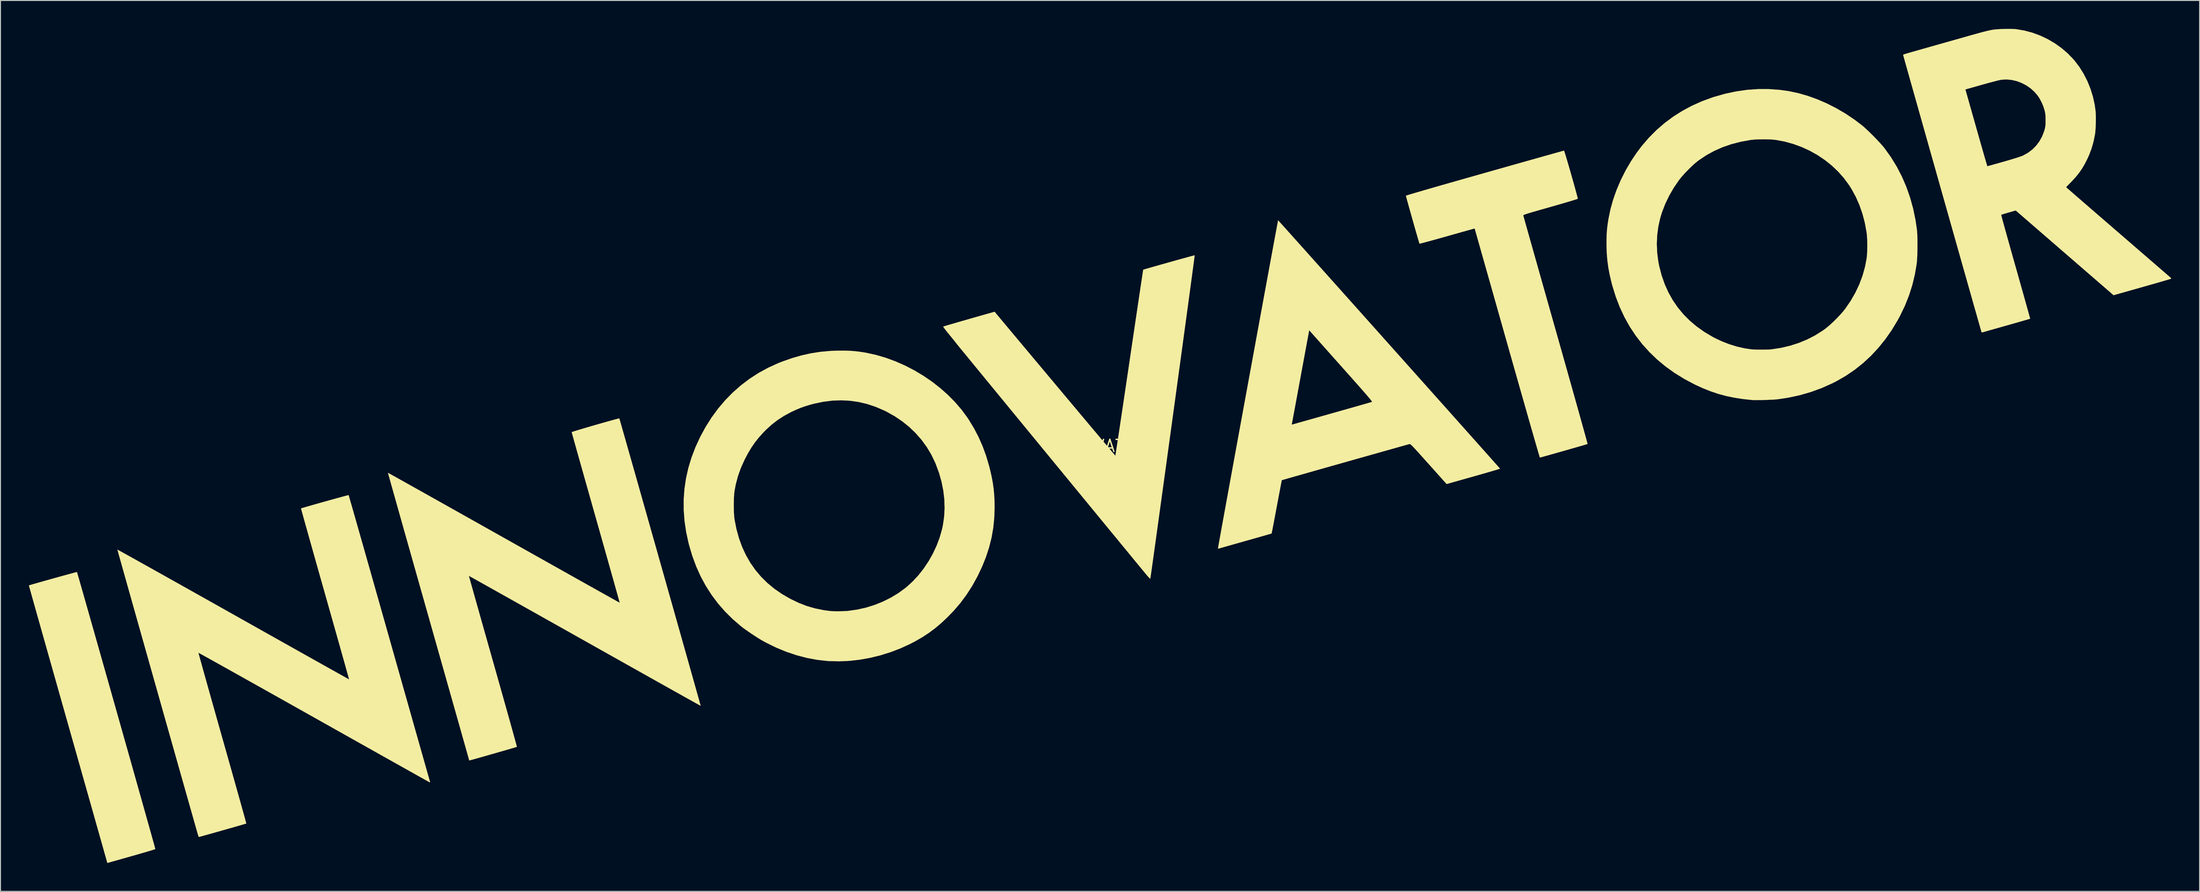
<source format=kicad_pcb>
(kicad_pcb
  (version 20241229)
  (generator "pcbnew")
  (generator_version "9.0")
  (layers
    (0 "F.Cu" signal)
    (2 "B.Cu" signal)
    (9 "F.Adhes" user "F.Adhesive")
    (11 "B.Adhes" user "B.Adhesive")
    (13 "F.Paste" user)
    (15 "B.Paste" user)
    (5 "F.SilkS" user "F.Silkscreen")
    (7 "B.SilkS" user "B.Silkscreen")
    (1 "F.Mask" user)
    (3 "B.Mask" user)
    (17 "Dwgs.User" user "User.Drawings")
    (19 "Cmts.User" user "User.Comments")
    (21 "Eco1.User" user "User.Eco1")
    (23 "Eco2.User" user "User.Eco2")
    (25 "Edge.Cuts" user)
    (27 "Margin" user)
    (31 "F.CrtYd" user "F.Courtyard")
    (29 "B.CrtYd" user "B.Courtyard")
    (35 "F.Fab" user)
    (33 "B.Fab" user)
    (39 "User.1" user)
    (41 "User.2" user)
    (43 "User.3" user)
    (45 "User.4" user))
  (footprint "INNOVATOR"
    (layer "F.Cu")
    (at 113.148 44.068)
    (property "Reference" "INNOVATOR" (at 0 0 0) (layer "F.SilkS") (effects (font (size 1.27 1.27) (thickness 0.15))))
    (attr through_hole)
    (fp_poly (pts (xy -108.071 13.331) (xy -108.057 13.374) (xy -108.021 13.494) (xy -107.964 13.689) (xy -107.887 13.955) (xy -107.791 14.288) (xy -107.677 14.686) (xy -107.546 15.143) (xy -107.399 15.658) (xy -107.237 16.226) (xy -107.061 16.843) (xy -106.872 17.507) (xy -106.671 18.214) (xy -106.459 18.96) (xy -106.237 19.742) (xy -106.006 20.556) (xy -105.767 21.399) (xy -105.521 22.267) (xy -105.269 23.156) (xy -105.012 24.064) (xy -104.75 24.987) (xy -104.486 25.92) (xy -104.22 26.862) (xy -103.952 27.807) (xy -103.685 28.753) (xy -103.418 29.696) (xy -103.153 30.633) (xy -102.891 31.559) (xy -102.633 32.472) (xy -102.38 33.368) (xy -102.133 34.244) (xy -101.893 35.096) (xy -101.661 35.92) (xy -101.437 36.713) (xy -101.223 37.471) (xy -101.021 38.191) (xy -100.83 38.87) (xy -100.652 39.503) (xy -100.487 40.088) (xy -100.338 40.621) (xy -100.204 41.098) (xy -100.088 41.516) (xy -99.989 41.871) (xy -99.909 42.16) (xy -99.849 42.379) (xy -99.809 42.525) (xy -99.792 42.594) (xy -99.791 42.599) (xy -99.833 42.618) (xy -99.95 42.658) (xy -100.134 42.716) (xy -100.379 42.791) (xy -100.677 42.88) (xy -101.022 42.981) (xy -101.406 43.093) (xy -101.823 43.213) (xy -102.266 43.339) (xy -102.322 43.355) (xy -102.84 43.502) (xy -103.283 43.627) (xy -103.656 43.733) (xy -103.965 43.82) (xy -104.217 43.891) (xy -104.417 43.948) (xy -104.571 43.99) (xy -104.685 44.022) (xy -104.764 44.043) (xy -104.816 44.056) (xy -104.846 44.063) (xy -104.859 44.064) (xy -104.862 44.062) (xy -104.86 44.058) (xy -104.86 44.056) (xy -104.871 44.014) (xy -104.905 43.894) (xy -104.96 43.699) (xy -105.036 43.431) (xy -105.131 43.092) (xy -105.246 42.687) (xy -105.378 42.217) (xy -105.529 41.686) (xy -105.695 41.097) (xy -105.878 40.452) (xy -106.075 39.755) (xy -106.286 39.008) (xy -106.511 38.213) (xy -106.748 37.375) (xy -106.997 36.496) (xy -107.257 35.578) (xy -107.527 34.625) (xy -107.806 33.64) (xy -108.093 32.624) (xy -108.388 31.583) (xy -108.69 30.517) (xy -108.998 29.43) (xy -109.006 29.399) (xy -109.314 28.312) (xy -109.616 27.246) (xy -109.911 26.203) (xy -110.199 25.187) (xy -110.478 24.201) (xy -110.747 23.247) (xy -111.007 22.329) (xy -111.256 21.448) (xy -111.493 20.609) (xy -111.718 19.814) (xy -111.929 19.065) (xy -112.126 18.366) (xy -112.309 17.72) (xy -112.475 17.129) (xy -112.625 16.597) (xy -112.758 16.126) (xy -112.872 15.719) (xy -112.967 15.379) (xy -113.043 15.109) (xy -113.098 14.911) (xy -113.131 14.789) (xy -113.143 14.746) (xy -113.143 14.746) (xy -113.098 14.729) (xy -112.98 14.693) (xy -112.798 14.639) (xy -112.56 14.57) (xy -112.275 14.489) (xy -111.952 14.396) (xy -111.598 14.296) (xy -111.222 14.191) (xy -110.833 14.082) (xy -110.439 13.972) (xy -110.048 13.863) (xy -109.67 13.758) (xy -109.312 13.66) (xy -108.983 13.57) (xy -108.692 13.491) (xy -108.447 13.425) (xy -108.256 13.375) (xy -108.129 13.343) (xy -108.072 13.331) (xy -108.071 13.331)) (stroke (width 0.01) (type solid)) (fill yes) (layer "F.SilkS"))
    (fp_poly (pts (xy -26.561 -10.055) (xy -26.031 -10.022) (xy -25.512 -9.968) (xy -24.98 -9.89) (xy -24.68 -9.838) (xy -23.632 -9.607) (xy -22.591 -9.301) (xy -21.564 -8.922) (xy -20.556 -8.476) (xy -19.575 -7.967) (xy -18.627 -7.399) (xy -17.718 -6.776) (xy -16.855 -6.102) (xy -16.045 -5.382) (xy -15.293 -4.62) (xy -14.607 -3.82) (xy -13.992 -2.986) (xy -13.864 -2.794) (xy -13.306 -1.876) (xy -12.814 -0.936) (xy -12.385 0.038) (xy -12.014 1.057) (xy -11.695 2.133) (xy -11.624 2.411) (xy -11.448 3.167) (xy -11.313 3.877) (xy -11.216 4.569) (xy -11.154 5.268) (xy -11.122 6.002) (xy -11.117 6.498) (xy -11.153 7.592) (xy -11.26 8.653) (xy -11.44 9.69) (xy -11.697 10.716) (xy -12.031 11.74) (xy -12.427 12.729) (xy -12.923 13.779) (xy -13.476 14.779) (xy -14.083 15.724) (xy -14.738 16.607) (xy -15.44 17.423) (xy -15.478 17.464) (xy -16.124 18.128) (xy -16.757 18.723) (xy -17.392 19.258) (xy -18.042 19.744) (xy -18.72 20.191) (xy -19.441 20.61) (xy -20.024 20.915) (xy -21.051 21.388) (xy -22.111 21.794) (xy -23.197 22.132) (xy -24.297 22.4) (xy -25.405 22.596) (xy -26.51 22.718) (xy -27.605 22.764) (xy -28.679 22.733) (xy -28.744 22.729) (xy -29.835 22.609) (xy -30.929 22.407) (xy -32.021 22.123) (xy -33.108 21.759) (xy -34.184 21.316) (xy -35.246 20.795) (xy -35.704 20.544) (xy -35.932 20.409) (xy -36.209 20.236) (xy -36.515 20.037) (xy -36.835 19.824) (xy -37.15 19.609) (xy -37.444 19.403) (xy -37.698 19.217) (xy -37.886 19.073) (xy -38.772 18.313) (xy -39.587 17.506) (xy -40.334 16.652) (xy -41.012 15.748) (xy -41.623 14.794) (xy -42.166 13.79) (xy -42.642 12.735) (xy -43.052 11.627) (xy -43.396 10.467) (xy -43.45 10.255) (xy -43.703 9.085) (xy -43.873 7.927) (xy -43.959 6.782) (xy -43.96 6.155) (xy -38.674 6.155) (xy -38.672 6.568) (xy -38.661 6.966) (xy -38.642 7.33) (xy -38.613 7.638) (xy -38.595 7.768) (xy -38.394 8.791) (xy -38.126 9.762) (xy -37.791 10.682) (xy -37.388 11.549) (xy -36.919 12.365) (xy -36.383 13.129) (xy -35.781 13.84) (xy -35.112 14.499) (xy -34.377 15.106) (xy -33.576 15.659) (xy -32.708 16.16) (xy -31.835 16.582) (xy -30.972 16.918) (xy -30.075 17.179) (xy -29.142 17.366) (xy -28.448 17.455) (xy -28.264 17.467) (xy -28.017 17.474) (xy -27.731 17.476) (xy -27.427 17.474) (xy -27.128 17.467) (xy -26.856 17.456) (xy -26.633 17.441) (xy -26.603 17.438) (xy -25.652 17.304) (xy -24.716 17.095) (xy -23.803 16.812) (xy -22.922 16.459) (xy -22.078 16.04) (xy -21.281 15.557) (xy -20.537 15.013) (xy -20.408 14.907) (xy -19.761 14.318) (xy -19.154 13.662) (xy -18.594 12.947) (xy -18.084 12.183) (xy -17.632 11.38) (xy -17.242 10.548) (xy -16.921 9.695) (xy -16.673 8.831) (xy -16.578 8.399) (xy -16.446 7.502) (xy -16.395 6.587) (xy -16.424 5.658) (xy -16.533 4.722) (xy -16.721 3.782) (xy -16.987 2.844) (xy -17.332 1.912) (xy -17.401 1.749) (xy -17.806 0.909) (xy -18.284 0.112) (xy -18.83 -0.638) (xy -19.443 -1.34) (xy -20.119 -1.991) (xy -20.857 -2.587) (xy -21.652 -3.126) (xy -22.504 -3.605) (xy -22.797 -3.75) (xy -23.686 -4.132) (xy -24.584 -4.43) (xy -25.49 -4.644) (xy -26.407 -4.775) (xy -27.334 -4.822) (xy -28.274 -4.785) (xy -29.226 -4.665) (xy -30.193 -4.462) (xy -30.638 -4.343) (xy -31.141 -4.189) (xy -31.598 -4.027) (xy -32.044 -3.844) (xy -32.516 -3.626) (xy -32.618 -3.577) (xy -33.344 -3.187) (xy -34.01 -2.76) (xy -34.635 -2.281) (xy -35.237 -1.736) (xy -35.497 -1.474) (xy -35.972 -0.954) (xy -36.398 -0.424) (xy -36.787 0.134) (xy -37.153 0.739) (xy -37.509 1.409) (xy -37.525 1.441) (xy -37.918 2.312) (xy -38.231 3.186) (xy -38.466 4.073) (xy -38.592 4.741) (xy -38.626 5.019) (xy -38.651 5.361) (xy -38.666 5.746) (xy -38.674 6.155) (xy -43.96 6.155) (xy -43.961 5.648) (xy -43.879 4.525) (xy -43.713 3.411) (xy -43.463 2.305) (xy -43.129 1.208) (xy -42.711 0.117) (xy -42.225 -0.935) (xy -41.649 -1.998) (xy -41.014 -3.001) (xy -40.323 -3.944) (xy -39.576 -4.824) (xy -38.775 -5.641) (xy -37.922 -6.393) (xy -37.018 -7.079) (xy -36.064 -7.697) (xy -35.061 -8.247) (xy -34.012 -8.727) (xy -33.57 -8.903) (xy -32.538 -9.266) (xy -31.53 -9.557) (xy -30.532 -9.78) (xy -29.528 -9.937) (xy -28.502 -10.031) (xy -27.75 -10.062) (xy -27.126 -10.068) (xy -26.561 -10.055)) (stroke (width 0.01) (type solid)) (fill yes) (layer "F.SilkS"))
    (fp_poly (pts (xy 49.062 -31.161) (xy 49.1 -31.048) (xy 49.157 -30.871) (xy 49.228 -30.637) (xy 49.313 -30.355) (xy 49.407 -30.034) (xy 49.51 -29.683) (xy 49.619 -29.308) (xy 49.731 -28.92) (xy 49.843 -28.526) (xy 49.954 -28.134) (xy 50.061 -27.754) (xy 50.162 -27.394) (xy 50.253 -27.062) (xy 50.334 -26.766) (xy 50.401 -26.516) (xy 50.452 -26.319) (xy 50.484 -26.184) (xy 50.496 -26.119) (xy 50.495 -26.115) (xy 50.453 -26.096) (xy 50.335 -26.055) (xy 50.149 -25.996) (xy 49.901 -25.92) (xy 49.598 -25.828) (xy 49.246 -25.724) (xy 48.852 -25.609) (xy 48.422 -25.484) (xy 47.963 -25.352) (xy 47.602 -25.25) (xy 47.043 -25.091) (xy 46.561 -24.954) (xy 46.149 -24.836) (xy 45.803 -24.736) (xy 45.517 -24.652) (xy 45.285 -24.582) (xy 45.103 -24.524) (xy 44.964 -24.478) (xy 44.864 -24.441) (xy 44.796 -24.412) (xy 44.756 -24.388) (xy 44.739 -24.369) (xy 44.737 -24.357) (xy 44.749 -24.31) (xy 44.784 -24.185) (xy 44.84 -23.985) (xy 44.916 -23.713) (xy 45.012 -23.373) (xy 45.126 -22.967) (xy 45.258 -22.498) (xy 45.406 -21.971) (xy 45.571 -21.388) (xy 45.75 -20.752) (xy 45.944 -20.067) (xy 46.151 -19.336) (xy 46.369 -18.561) (xy 46.6 -17.747) (xy 46.84 -16.896) (xy 47.091 -16.012) (xy 47.349 -15.097) (xy 47.616 -14.156) (xy 47.889 -13.19) (xy 48.154 -12.256) (xy 48.433 -11.272) (xy 48.705 -10.308) (xy 48.97 -9.369) (xy 49.228 -8.458) (xy 49.476 -7.577) (xy 49.715 -6.73) (xy 49.943 -5.92) (xy 50.159 -5.15) (xy 50.363 -4.423) (xy 50.554 -3.743) (xy 50.73 -3.113) (xy 50.891 -2.536) (xy 51.036 -2.015) (xy 51.165 -1.553) (xy 51.275 -1.154) (xy 51.367 -0.82) (xy 51.439 -0.555) (xy 51.49 -0.362) (xy 51.521 -0.245) (xy 51.529 -0.206) (xy 51.485 -0.19) (xy 51.367 -0.154) (xy 51.186 -0.1) (xy 50.948 -0.03) (xy 50.663 0.052) (xy 50.34 0.146) (xy 49.986 0.248) (xy 49.611 0.355) (xy 49.222 0.466) (xy 48.829 0.578) (xy 48.44 0.689) (xy 48.063 0.795) (xy 47.708 0.896) (xy 47.382 0.987) (xy 47.094 1.067) (xy 46.853 1.134) (xy 46.667 1.185) (xy 46.545 1.217) (xy 46.495 1.228) (xy 46.481 1.187) (xy 46.444 1.069) (xy 46.386 0.875) (xy 46.308 0.61) (xy 46.211 0.275) (xy 46.095 -0.125) (xy 45.961 -0.588) (xy 45.811 -1.11) (xy 45.645 -1.688) (xy 45.464 -2.319) (xy 45.269 -3) (xy 45.062 -3.727) (xy 44.842 -4.499) (xy 44.611 -5.31) (xy 44.369 -6.159) (xy 44.118 -7.041) (xy 43.859 -7.955) (xy 43.592 -8.896) (xy 43.318 -9.861) (xy 43.039 -10.848) (xy 43.033 -10.869) (xy 42.753 -11.856) (xy 42.48 -12.823) (xy 42.213 -13.764) (xy 41.955 -14.679) (xy 41.705 -15.562) (xy 41.464 -16.412) (xy 41.234 -17.224) (xy 41.015 -17.997) (xy 40.809 -18.726) (xy 40.616 -19.408) (xy 40.436 -20.041) (xy 40.272 -20.621) (xy 40.124 -21.144) (xy 39.992 -21.609) (xy 39.878 -22.011) (xy 39.783 -22.348) (xy 39.707 -22.615) (xy 39.651 -22.811) (xy 39.616 -22.932) (xy 39.604 -22.975) (xy 39.604 -22.975) (xy 39.564 -22.965) (xy 39.448 -22.934) (xy 39.264 -22.883) (xy 39.018 -22.815) (xy 38.717 -22.731) (xy 38.366 -22.633) (xy 37.973 -22.522) (xy 37.544 -22.401) (xy 37.085 -22.272) (xy 36.701 -22.163) (xy 36.223 -22.028) (xy 35.768 -21.901) (xy 35.344 -21.783) (xy 34.957 -21.676) (xy 34.613 -21.583) (xy 34.32 -21.504) (xy 34.083 -21.442) (xy 33.909 -21.398) (xy 33.805 -21.374) (xy 33.776 -21.371) (xy 33.76 -21.415) (xy 33.724 -21.533) (xy 33.67 -21.715) (xy 33.6 -21.953) (xy 33.518 -22.239) (xy 33.424 -22.563) (xy 33.323 -22.918) (xy 33.215 -23.294) (xy 33.105 -23.684) (xy 32.993 -24.079) (xy 32.883 -24.469) (xy 32.776 -24.847) (xy 32.676 -25.205) (xy 32.585 -25.533) (xy 32.504 -25.823) (xy 32.438 -26.066) (xy 32.387 -26.255) (xy 32.354 -26.379) (xy 32.343 -26.432) (xy 32.343 -26.432) (xy 32.383 -26.45) (xy 32.504 -26.491) (xy 32.704 -26.553) (xy 32.981 -26.637) (xy 33.335 -26.742) (xy 33.763 -26.867) (xy 34.266 -27.014) (xy 34.84 -27.18) (xy 35.486 -27.366) (xy 36.201 -27.571) (xy 36.985 -27.795) (xy 37.836 -28.037) (xy 38.752 -28.298) (xy 39.733 -28.576) (xy 40.672 -28.842) (xy 41.49 -29.074) (xy 42.286 -29.299) (xy 43.058 -29.517) (xy 43.8 -29.727) (xy 44.508 -29.927) (xy 45.18 -30.117) (xy 45.812 -30.295) (xy 46.398 -30.46) (xy 46.937 -30.612) (xy 47.423 -30.748) (xy 47.852 -30.869) (xy 48.222 -30.973) (xy 48.529 -31.058) (xy 48.767 -31.125) (xy 48.934 -31.171) (xy 49.026 -31.196) (xy 49.043 -31.2) (xy 49.062 -31.161)) (stroke (width 0.01) (type solid)) (fill yes) (layer "F.SilkS"))
    (fp_poly (pts (xy 10.015 -20.093) (xy 10 -19.97) (xy 9.974 -19.769) (xy 9.938 -19.495) (xy 9.893 -19.15) (xy 9.838 -18.739) (xy 9.774 -18.264) (xy 9.702 -17.729) (xy 9.622 -17.137) (xy 9.535 -16.492) (xy 9.441 -15.797) (xy 9.34 -15.055) (xy 9.233 -14.271) (xy 9.121 -13.447) (xy 9.004 -12.586) (xy 8.882 -11.693) (xy 8.756 -10.77) (xy 8.627 -9.82) (xy 8.494 -8.849) (xy 8.358 -7.857) (xy 8.22 -6.85) (xy 8.081 -5.831) (xy 7.94 -4.802) (xy 7.798 -3.768) (xy 7.656 -2.731) (xy 7.514 -1.695) (xy 7.372 -0.664) (xy 7.231 0.36) (xy 7.092 1.372) (xy 6.955 2.369) (xy 6.82 3.349) (xy 6.688 4.307) (xy 6.56 5.24) (xy 6.435 6.145) (xy 6.314 7.018) (xy 6.198 7.856) (xy 6.088 8.656) (xy 5.983 9.414) (xy 5.884 10.127) (xy 5.792 10.791) (xy 5.706 11.403) (xy 5.629 11.96) (xy 5.559 12.458) (xy 5.498 12.894) (xy 5.445 13.264) (xy 5.402 13.565) (xy 5.369 13.793) (xy 5.347 13.946) (xy 5.335 14.02) (xy 5.333 14.026) (xy 5.295 14.01) (xy 5.217 13.94) (xy 5.11 13.827) (xy 5.008 13.709) (xy 4.912 13.593) (xy 4.768 13.419) (xy 4.577 13.187) (xy 4.342 12.903) (xy 4.065 12.567) (xy 3.749 12.183) (xy 3.396 11.754) (xy 3.008 11.282) (xy 2.587 10.771) (xy 2.136 10.223) (xy 1.657 9.64) (xy 1.152 9.026) (xy 0.623 8.383) (xy 0.073 7.714) (xy -0.496 7.022) (xy -1.082 6.309) (xy -1.682 5.579) (xy -2.295 4.834) (xy -2.917 4.077) (xy -3.547 3.31) (xy -4.182 2.537) (xy -4.821 1.76) (xy -5.46 0.982) (xy -6.098 0.206) (xy -6.732 -0.566) (xy -7.36 -1.331) (xy -7.98 -2.085) (xy -8.589 -2.827) (xy -9.186 -3.553) (xy -9.767 -4.261) (xy -10.331 -4.948) (xy -10.875 -5.611) (xy -11.398 -6.247) (xy -11.896 -6.854) (xy -12.368 -7.429) (xy -12.811 -7.969) (xy -13.223 -8.471) (xy -13.602 -8.933) (xy -13.945 -9.351) (xy -14.25 -9.724) (xy -14.516 -10.047) (xy -14.738 -10.319) (xy -14.917 -10.537) (xy -15.048 -10.698) (xy -15.13 -10.799) (xy -15.16 -10.837) (xy -15.161 -10.837) (xy -15.206 -10.899) (xy -15.297 -11.015) (xy -15.426 -11.176) (xy -15.584 -11.371) (xy -15.763 -11.591) (xy -15.909 -11.769) (xy -16.092 -11.993) (xy -16.253 -12.196) (xy -16.384 -12.368) (xy -16.48 -12.501) (xy -16.533 -12.585) (xy -16.54 -12.611) (xy -16.463 -12.636) (xy -16.316 -12.68) (xy -16.109 -12.742) (xy -15.848 -12.818) (xy -15.543 -12.907) (xy -15.2 -13.006) (xy -14.83 -13.114) (xy -14.439 -13.226) (xy -14.036 -13.342) (xy -13.628 -13.459) (xy -13.225 -13.575) (xy -12.834 -13.687) (xy -12.463 -13.792) (xy -12.12 -13.89) (xy -11.815 -13.976) (xy -11.554 -14.049) (xy -11.345 -14.107) (xy -11.198 -14.148) (xy -11.12 -14.168) (xy -11.11 -14.17) (xy -11.071 -14.121) (xy -10.981 -14.012) (xy -10.843 -13.847) (xy -10.66 -13.627) (xy -10.435 -13.357) (xy -10.171 -13.041) (xy -9.87 -12.681) (xy -9.536 -12.282) (xy -9.172 -11.846) (xy -8.78 -11.378) (xy -8.363 -10.88) (xy -7.924 -10.356) (xy -7.466 -9.809) (xy -6.993 -9.244) (xy -6.506 -8.663) (xy -6.009 -8.07) (xy -5.505 -7.469) (xy -4.996 -6.862) (xy -4.486 -6.254) (xy -3.978 -5.647) (xy -3.473 -5.046) (xy -2.976 -4.453) (xy -2.489 -3.873) (xy -2.015 -3.308) (xy -1.557 -2.763) (xy -1.118 -2.239) (xy -0.701 -1.742) (xy -0.308 -1.275) (xy 0.057 -0.84) (xy 0.392 -0.442) (xy 0.694 -0.083) (xy 0.959 0.232) (xy 1.185 0.5) (xy 1.369 0.718) (xy 1.508 0.882) (xy 1.599 0.989) (xy 1.639 1.035) (xy 1.641 1.037) (xy 1.65 0.996) (xy 1.67 0.875) (xy 1.701 0.677) (xy 1.744 0.406) (xy 1.796 0.066) (xy 1.858 -0.339) (xy 1.929 -0.806) (xy 2.009 -1.331) (xy 2.096 -1.91) (xy 2.191 -2.541) (xy 2.292 -3.218) (xy 2.4 -3.939) (xy 2.513 -4.7) (xy 2.632 -5.497) (xy 2.755 -6.326) (xy 2.883 -7.184) (xy 3.014 -8.068) (xy 3.119 -8.779) (xy 3.252 -9.68) (xy 3.382 -10.559) (xy 3.508 -11.412) (xy 3.631 -12.235) (xy 3.748 -13.026) (xy 3.86 -13.779) (xy 3.966 -14.492) (xy 4.065 -15.161) (xy 4.158 -15.782) (xy 4.243 -16.351) (xy 4.32 -16.865) (xy 4.388 -17.321) (xy 4.448 -17.713) (xy 4.497 -18.04) (xy 4.536 -18.297) (xy 4.565 -18.48) (xy 4.581 -18.586) (xy 4.586 -18.613) (xy 4.631 -18.629) (xy 4.748 -18.665) (xy 4.931 -18.719) (xy 5.17 -18.788) (xy 5.457 -18.871) (xy 5.785 -18.965) (xy 6.144 -19.067) (xy 6.528 -19.175) (xy 6.928 -19.288) (xy 7.335 -19.402) (xy 7.741 -19.516) (xy 8.138 -19.627) (xy 8.519 -19.733) (xy 8.874 -19.831) (xy 9.196 -19.919) (xy 9.476 -19.996) (xy 9.707 -20.058) (xy 9.88 -20.104) (xy 9.986 -20.13) (xy 10.019 -20.136) (xy 10.015 -20.093)) (stroke (width 0.01) (type solid)) (fill yes) (layer "F.SilkS"))
    (fp_poly (pts (xy 70.687 -37.704) (xy 71.832 -37.62) (xy 72.771 -37.488) (xy 73.784 -37.275) (xy 74.804 -36.982) (xy 75.825 -36.614) (xy 76.838 -36.174) (xy 77.836 -35.665) (xy 78.811 -35.092) (xy 79.754 -34.457) (xy 80.497 -33.894) (xy 80.712 -33.713) (xy 80.968 -33.481) (xy 81.254 -33.211) (xy 81.555 -32.915) (xy 81.86 -32.608) (xy 82.156 -32.301) (xy 82.429 -32.007) (xy 82.669 -31.739) (xy 82.86 -31.511) (xy 82.905 -31.454) (xy 83.589 -30.5) (xy 84.2 -29.501) (xy 84.741 -28.458) (xy 85.209 -27.371) (xy 85.605 -26.24) (xy 85.929 -25.068) (xy 86.179 -23.853) (xy 86.326 -22.86) (xy 86.349 -22.613) (xy 86.366 -22.299) (xy 86.377 -21.932) (xy 86.383 -21.531) (xy 86.384 -21.112) (xy 86.379 -20.69) (xy 86.369 -20.283) (xy 86.355 -19.906) (xy 86.335 -19.578) (xy 86.31 -19.313) (xy 86.304 -19.262) (xy 86.108 -18.107) (xy 85.837 -16.985) (xy 85.488 -15.891) (xy 85.06 -14.817) (xy 84.551 -13.758) (xy 84.289 -13.273) (xy 83.662 -12.235) (xy 82.983 -11.264) (xy 82.253 -10.359) (xy 81.47 -9.52) (xy 80.637 -8.749) (xy 79.753 -8.045) (xy 78.818 -7.409) (xy 77.833 -6.841) (xy 77.364 -6.604) (xy 76.256 -6.111) (xy 75.117 -5.696) (xy 73.946 -5.359) (xy 72.74 -5.098) (xy 71.607 -4.927) (xy 71.424 -4.91) (xy 71.178 -4.893) (xy 70.886 -4.878) (xy 70.564 -4.865) (xy 70.229 -4.854) (xy 69.896 -4.846) (xy 69.583 -4.841) (xy 69.305 -4.84) (xy 69.078 -4.843) (xy 68.92 -4.851) (xy 68.919 -4.851) (xy 67.951 -4.954) (xy 67.046 -5.093) (xy 66.187 -5.271) (xy 65.358 -5.495) (xy 64.544 -5.767) (xy 63.728 -6.092) (xy 62.895 -6.474) (xy 62.844 -6.499) (xy 61.759 -7.074) (xy 60.739 -7.703) (xy 59.783 -8.387) (xy 58.893 -9.125) (xy 58.069 -9.916) (xy 57.31 -10.76) (xy 56.617 -11.657) (xy 55.99 -12.607) (xy 55.43 -13.609) (xy 54.937 -14.662) (xy 54.512 -15.767) (xy 54.154 -16.923) (xy 54.066 -17.255) (xy 53.878 -18.05) (xy 53.735 -18.801) (xy 53.633 -19.534) (xy 53.569 -20.273) (xy 53.539 -21.047) (xy 53.536 -21.354) (xy 58.846 -21.354) (xy 58.884 -20.423) (xy 59.003 -19.492) (xy 59.102 -18.986) (xy 59.355 -18.018) (xy 59.676 -17.098) (xy 60.066 -16.228) (xy 60.525 -15.408) (xy 61.053 -14.637) (xy 61.648 -13.916) (xy 62.312 -13.246) (xy 63.043 -12.626) (xy 63.843 -12.056) (xy 64.71 -11.538) (xy 64.96 -11.404) (xy 65.717 -11.046) (xy 66.505 -10.74) (xy 67.305 -10.493) (xy 68.101 -10.311) (xy 68.77 -10.209) (xy 68.995 -10.191) (xy 69.28 -10.178) (xy 69.604 -10.17) (xy 69.944 -10.167) (xy 70.279 -10.17) (xy 70.587 -10.178) (xy 70.846 -10.192) (xy 70.972 -10.203) (xy 71.954 -10.353) (xy 72.91 -10.576) (xy 73.833 -10.871) (xy 74.719 -11.235) (xy 75.561 -11.667) (xy 76.353 -12.163) (xy 76.646 -12.373) (xy 76.93 -12.6) (xy 77.247 -12.879) (xy 77.58 -13.193) (xy 77.913 -13.526) (xy 78.229 -13.861) (xy 78.512 -14.182) (xy 78.744 -14.471) (xy 78.755 -14.486) (xy 79.332 -15.326) (xy 79.831 -16.195) (xy 80.252 -17.089) (xy 80.593 -18.005) (xy 80.853 -18.941) (xy 81.012 -19.77) (xy 81.048 -20.076) (xy 81.072 -20.445) (xy 81.085 -20.854) (xy 81.088 -21.28) (xy 81.079 -21.703) (xy 81.059 -22.101) (xy 81.028 -22.45) (xy 81.01 -22.585) (xy 80.829 -23.575) (xy 80.577 -24.532) (xy 80.257 -25.451) (xy 79.872 -26.325) (xy 79.422 -27.149) (xy 79.161 -27.56) (xy 78.618 -28.298) (xy 78.009 -28.986) (xy 77.339 -29.623) (xy 76.614 -30.204) (xy 75.84 -30.726) (xy 75.021 -31.186) (xy 74.165 -31.581) (xy 73.275 -31.906) (xy 72.359 -32.159) (xy 71.472 -32.328) (xy 71.173 -32.362) (xy 70.812 -32.385) (xy 70.412 -32.398) (xy 69.995 -32.4) (xy 69.583 -32.391) (xy 69.197 -32.373) (xy 68.861 -32.343) (xy 68.731 -32.327) (xy 67.7 -32.139) (xy 66.721 -31.885) (xy 65.791 -31.564) (xy 64.91 -31.174) (xy 64.076 -30.716) (xy 63.289 -30.189) (xy 63.212 -30.133) (xy 62.955 -29.926) (xy 62.664 -29.668) (xy 62.354 -29.374) (xy 62.041 -29.06) (xy 61.741 -28.743) (xy 61.471 -28.438) (xy 61.246 -28.162) (xy 61.206 -28.109) (xy 60.647 -27.295) (xy 60.155 -26.446) (xy 59.735 -25.573) (xy 59.393 -24.685) (xy 59.206 -24.072) (xy 59.006 -23.186) (xy 58.886 -22.277) (xy 58.846 -21.354) (xy 53.536 -21.354) (xy 53.536 -21.378) (xy 53.539 -21.855) (xy 53.55 -22.273) (xy 53.572 -22.655) (xy 53.606 -23.027) (xy 53.654 -23.413) (xy 53.719 -23.838) (xy 53.743 -23.985) (xy 53.956 -25.015) (xy 54.247 -26.051) (xy 54.613 -27.084) (xy 55.05 -28.106) (xy 55.554 -29.106) (xy 56.12 -30.076) (xy 56.743 -31.006) (xy 57.273 -31.704) (xy 58.023 -32.575) (xy 58.827 -33.382) (xy 59.685 -34.123) (xy 60.596 -34.799) (xy 61.559 -35.407) (xy 62.572 -35.949) (xy 63.636 -36.423) (xy 64.749 -36.829) (xy 64.876 -36.87) (xy 66.053 -37.205) (xy 67.222 -37.455) (xy 68.383 -37.622) (xy 69.538 -37.705) (xy 70.687 -37.704)) (stroke (width 0.01) (type solid)) (fill yes) (layer "F.SilkS"))
    (fp_poly (pts (xy -50.768 -2.903) (xy -50.754 -2.861) (xy -50.719 -2.741) (xy -50.663 -2.546) (xy -50.587 -2.281) (xy -50.492 -1.948) (xy -50.378 -1.551) (xy -50.248 -1.092) (xy -50.101 -0.577) (xy -49.939 -0.008) (xy -49.763 0.612) (xy -49.574 1.278) (xy -49.372 1.988) (xy -49.159 2.738) (xy -48.936 3.525) (xy -48.704 4.345) (xy -48.463 5.194) (xy -48.215 6.07) (xy -47.96 6.969) (xy -47.7 7.887) (xy -47.436 8.821) (xy -47.168 9.767) (xy -46.897 10.722) (xy -46.625 11.683) (xy -46.353 12.646) (xy -46.081 13.608) (xy -45.81 14.565) (xy -45.542 15.514) (xy -45.277 16.451) (xy -45.016 17.373) (xy -44.761 18.277) (xy -44.512 19.158) (xy -44.27 20.014) (xy -44.037 20.841) (xy -43.812 21.636) (xy -43.598 22.395) (xy -43.395 23.115) (xy -43.204 23.792) (xy -43.026 24.423) (xy -42.863 25.004) (xy -42.714 25.532) (xy -42.582 26.004) (xy -42.466 26.416) (xy -42.368 26.765) (xy -42.29 27.047) (xy -42.231 27.258) (xy -42.193 27.396) (xy -42.177 27.456) (xy -42.177 27.459) (xy -42.215 27.44) (xy -42.323 27.38) (xy -42.5 27.282) (xy -42.743 27.148) (xy -43.048 26.977) (xy -43.414 26.773) (xy -43.837 26.537) (xy -44.315 26.269) (xy -44.845 25.973) (xy -45.425 25.648) (xy -46.051 25.297) (xy -46.721 24.922) (xy -47.432 24.523) (xy -48.181 24.102) (xy -48.967 23.661) (xy -49.785 23.202) (xy -50.633 22.725) (xy -51.51 22.233) (xy -52.411 21.726) (xy -53.334 21.207) (xy -54.276 20.677) (xy -54.421 20.596) (xy -55.366 20.065) (xy -56.292 19.544) (xy -57.197 19.035) (xy -58.077 18.541) (xy -58.93 18.062) (xy -59.753 17.599) (xy -60.543 17.156) (xy -61.298 16.732) (xy -62.015 16.329) (xy -62.691 15.95) (xy -63.324 15.595) (xy -63.91 15.266) (xy -64.448 14.965) (xy -64.933 14.693) (xy -65.365 14.451) (xy -65.739 14.242) (xy -66.054 14.066) (xy -66.306 13.926) (xy -66.493 13.822) (xy -66.612 13.757) (xy -66.66 13.731) (xy -66.661 13.73) (xy -66.651 13.772) (xy -66.619 13.891) (xy -66.565 14.084) (xy -66.492 14.347) (xy -66.4 14.678) (xy -66.289 15.071) (xy -66.162 15.524) (xy -66.019 16.033) (xy -65.861 16.593) (xy -65.689 17.202) (xy -65.505 17.856) (xy -65.309 18.551) (xy -65.102 19.283) (xy -64.885 20.049) (xy -64.66 20.846) (xy -64.427 21.668) (xy -64.188 22.513) (xy -64.119 22.757) (xy -63.878 23.608) (xy -63.643 24.437) (xy -63.416 25.242) (xy -63.197 26.017) (xy -62.988 26.76) (xy -62.789 27.467) (xy -62.602 28.134) (xy -62.427 28.757) (xy -62.266 29.333) (xy -62.119 29.858) (xy -61.989 30.328) (xy -61.875 30.74) (xy -61.778 31.09) (xy -61.701 31.374) (xy -61.643 31.589) (xy -61.606 31.731) (xy -61.59 31.796) (xy -61.59 31.8) (xy -61.633 31.815) (xy -61.748 31.85) (xy -61.928 31.904) (xy -62.164 31.973) (xy -62.447 32.055) (xy -62.768 32.148) (xy -63.119 32.25) (xy -63.492 32.357) (xy -63.877 32.468) (xy -64.267 32.579) (xy -64.652 32.689) (xy -65.025 32.795) (xy -65.376 32.895) (xy -65.697 32.986) (xy -65.979 33.065) (xy -66.213 33.13) (xy -66.392 33.179) (xy -66.507 33.209) (xy -66.51 33.21) (xy -66.62 33.238) (xy -66.838 32.462) (xy -66.866 32.363) (xy -66.916 32.186) (xy -66.987 31.933) (xy -67.079 31.608) (xy -67.191 31.214) (xy -67.321 30.754) (xy -67.468 30.232) (xy -67.633 29.65) (xy -67.814 29.011) (xy -68.01 28.318) (xy -68.22 27.576) (xy -68.444 26.786) (xy -68.68 25.952) (xy -68.928 25.077) (xy -69.186 24.164) (xy -69.455 23.216) (xy -69.732 22.236) (xy -70.017 21.228) (xy -70.31 20.195) (xy -70.609 19.139) (xy -70.914 18.064) (xy -71.138 17.272) (xy -71.443 16.194) (xy -71.743 15.136) (xy -72.035 14.102) (xy -72.32 13.095) (xy -72.597 12.117) (xy -72.864 11.172) (xy -73.121 10.263) (xy -73.367 9.392) (xy -73.601 8.562) (xy -73.823 7.776) (xy -74.032 7.037) (xy -74.226 6.348) (xy -74.405 5.712) (xy -74.569 5.132) (xy -74.715 4.611) (xy -74.845 4.151) (xy -74.955 3.755) (xy -75.047 3.427) (xy -75.119 3.169) (xy -75.17 2.985) (xy -75.2 2.876) (xy -75.208 2.846) (xy -75.17 2.865) (xy -75.062 2.925) (xy -74.885 3.023) (xy -74.642 3.158) (xy -74.337 3.328) (xy -73.971 3.532) (xy -73.548 3.769) (xy -73.07 4.037) (xy -72.541 4.334) (xy -71.961 4.658) (xy -71.335 5.009) (xy -70.666 5.385) (xy -69.955 5.784) (xy -69.205 6.205) (xy -68.42 6.646) (xy -67.602 7.105) (xy -66.754 7.582) (xy -65.877 8.074) (xy -64.976 8.581) (xy -64.053 9.1) (xy -63.111 9.63) (xy -62.966 9.711) (xy -62.021 10.243) (xy -61.095 10.763) (xy -60.19 11.272) (xy -59.31 11.766) (xy -58.457 12.245) (xy -57.634 12.708) (xy -56.844 13.151) (xy -56.089 13.575) (xy -55.372 13.978) (xy -54.695 14.357) (xy -54.063 14.712) (xy -53.476 15.04) (xy -52.938 15.341) (xy -52.452 15.613) (xy -52.021 15.855) (xy -51.646 16.064) (xy -51.331 16.239) (xy -51.079 16.38) (xy -50.892 16.483) (xy -50.773 16.549) (xy -50.724 16.574) (xy -50.723 16.574) (xy -50.733 16.533) (xy -50.765 16.414) (xy -50.819 16.22) (xy -50.892 15.957) (xy -50.984 15.626) (xy -51.094 15.233) (xy -51.221 14.78) (xy -51.363 14.271) (xy -51.521 13.71) (xy -51.692 13.101) (xy -51.877 12.448) (xy -52.072 11.753) (xy -52.279 11.021) (xy -52.495 10.256) (xy -52.72 9.46) (xy -52.952 8.639) (xy -53.191 7.794) (xy -53.252 7.58) (xy -53.493 6.73) (xy -53.727 5.901) (xy -53.954 5.098) (xy -54.173 4.323) (xy -54.383 3.581) (xy -54.582 2.874) (xy -54.77 2.208) (xy -54.946 1.585) (xy -55.108 1.01) (xy -55.256 0.486) (xy -55.387 0.016) (xy -55.503 -0.396) (xy -55.601 -0.745) (xy -55.68 -1.029) (xy -55.739 -1.243) (xy -55.778 -1.384) (xy -55.794 -1.448) (xy -55.795 -1.452) (xy -55.756 -1.47) (xy -55.643 -1.509) (xy -55.466 -1.566) (xy -55.233 -1.638) (xy -54.952 -1.723) (xy -54.632 -1.818) (xy -54.282 -1.922) (xy -53.909 -2.031) (xy -53.522 -2.144) (xy -53.131 -2.257) (xy -52.742 -2.368) (xy -52.366 -2.475) (xy -52.009 -2.576) (xy -51.681 -2.667) (xy -51.391 -2.747) (xy -51.146 -2.813) (xy -50.955 -2.863) (xy -50.827 -2.894) (xy -50.77 -2.903) (xy -50.768 -2.903)) (stroke (width 0.01) (type solid)) (fill yes) (layer "F.SilkS"))
    (fp_poly (pts (xy 18.869 -23.803) (xy 18.952 -23.711) (xy 19.088 -23.561) (xy 19.273 -23.355) (xy 19.505 -23.097) (xy 19.783 -22.788) (xy 20.103 -22.431) (xy 20.463 -22.028) (xy 20.863 -21.583) (xy 21.298 -21.097) (xy 21.766 -20.573) (xy 22.267 -20.014) (xy 22.796 -19.422) (xy 23.353 -18.8) (xy 23.934 -18.15) (xy 24.538 -17.475) (xy 25.162 -16.778) (xy 25.803 -16.06) (xy 26.461 -15.324) (xy 27.132 -14.574) (xy 27.814 -13.811) (xy 28.505 -13.037) (xy 29.202 -12.257) (xy 29.904 -11.471) (xy 30.608 -10.683) (xy 31.312 -9.895) (xy 32.014 -9.11) (xy 32.71 -8.33) (xy 33.4 -7.557) (xy 34.081 -6.795) (xy 34.75 -6.046) (xy 35.405 -5.311) (xy 36.045 -4.595) (xy 36.666 -3.899) (xy 37.267 -3.226) (xy 37.845 -2.578) (xy 38.398 -1.958) (xy 38.923 -1.369) (xy 39.419 -0.813) (xy 39.884 -0.292) (xy 40.314 0.191) (xy 40.708 0.633) (xy 41.063 1.032) (xy 41.377 1.385) (xy 41.649 1.69) (xy 41.875 1.945) (xy 42.053 2.146) (xy 42.181 2.291) (xy 42.258 2.378) (xy 42.28 2.405) (xy 42.242 2.421) (xy 42.129 2.458) (xy 41.947 2.514) (xy 41.704 2.587) (xy 41.405 2.675) (xy 41.057 2.776) (xy 40.667 2.889) (xy 40.241 3.011) (xy 39.786 3.141) (xy 39.465 3.231) (xy 36.641 4.028) (xy 36.515 3.887) (xy 36.465 3.831) (xy 36.364 3.718) (xy 36.217 3.554) (xy 36.029 3.344) (xy 35.805 3.094) (xy 35.551 2.81) (xy 35.272 2.498) (xy 34.972 2.164) (xy 34.659 1.814) (xy 34.613 1.764) (xy 34.252 1.361) (xy 33.943 1.016) (xy 33.682 0.726) (xy 33.463 0.486) (xy 33.284 0.29) (xy 33.138 0.135) (xy 33.023 0.016) (xy 32.934 -0.071) (xy 32.865 -0.132) (xy 32.814 -0.17) (xy 32.775 -0.19) (xy 32.744 -0.197) (xy 32.716 -0.195) (xy 32.712 -0.195) (xy 32.659 -0.181) (xy 32.529 -0.145) (xy 32.33 -0.09) (xy 32.065 -0.016) (xy 31.741 0.075) (xy 31.361 0.182) (xy 30.932 0.303) (xy 30.459 0.436) (xy 29.946 0.58) (xy 29.399 0.735) (xy 28.824 0.897) (xy 28.224 1.066) (xy 27.607 1.241) (xy 26.975 1.419) (xy 26.336 1.6) (xy 25.694 1.782) (xy 25.054 1.963) (xy 24.421 2.142) (xy 23.801 2.318) (xy 23.199 2.488) (xy 22.62 2.652) (xy 22.069 2.809) (xy 21.551 2.956) (xy 21.072 3.092) (xy 20.636 3.216) (xy 20.25 3.326) (xy 19.917 3.421) (xy 19.644 3.499) (xy 19.435 3.559) (xy 19.295 3.6) (xy 19.231 3.619) (xy 19.227 3.62) (xy 19.217 3.663) (xy 19.193 3.782) (xy 19.156 3.971) (xy 19.107 4.222) (xy 19.049 4.529) (xy 18.981 4.886) (xy 18.905 5.284) (xy 18.824 5.718) (xy 18.737 6.181) (xy 18.689 6.436) (xy 18.6 6.911) (xy 18.515 7.361) (xy 18.436 7.78) (xy 18.364 8.16) (xy 18.3 8.494) (xy 18.246 8.776) (xy 18.203 8.999) (xy 18.171 9.156) (xy 18.154 9.241) (xy 18.15 9.253) (xy 18.108 9.267) (xy 17.991 9.302) (xy 17.806 9.356) (xy 17.56 9.427) (xy 17.259 9.513) (xy 16.911 9.612) (xy 16.521 9.723) (xy 16.097 9.844) (xy 15.646 9.972) (xy 15.428 10.033) (xy 14.963 10.165) (xy 14.52 10.29) (xy 14.105 10.408) (xy 13.726 10.515) (xy 13.391 10.611) (xy 13.105 10.692) (xy 12.877 10.757) (xy 12.713 10.805) (xy 12.621 10.832) (xy 12.605 10.837) (xy 12.516 10.855) (xy 12.487 10.827) (xy 12.487 10.825) (xy 12.495 10.777) (xy 12.517 10.649) (xy 12.553 10.446) (xy 12.602 10.169) (xy 12.664 9.822) (xy 12.739 9.409) (xy 12.825 8.933) (xy 12.922 8.398) (xy 13.03 7.806) (xy 13.147 7.161) (xy 13.274 6.467) (xy 13.409 5.726) (xy 13.552 4.942) (xy 13.702 4.118) (xy 13.859 3.258) (xy 14.022 2.365) (xy 14.191 1.443) (xy 14.364 0.494) (xy 14.542 -0.478) (xy 14.724 -1.47) (xy 14.878 -2.313) (xy 20.285 -2.313) (xy 20.286 -2.256) (xy 20.343 -2.258) (xy 20.346 -2.258) (xy 20.397 -2.273) (xy 20.524 -2.309) (xy 20.721 -2.365) (xy 20.983 -2.44) (xy 21.305 -2.531) (xy 21.68 -2.637) (xy 22.103 -2.756) (xy 22.569 -2.888) (xy 23.072 -3.03) (xy 23.606 -3.181) (xy 24.166 -3.34) (xy 24.553 -3.449) (xy 25.128 -3.611) (xy 25.68 -3.768) (xy 26.204 -3.916) (xy 26.695 -4.056) (xy 27.148 -4.184) (xy 27.555 -4.3) (xy 27.913 -4.403) (xy 28.215 -4.489) (xy 28.457 -4.559) (xy 28.631 -4.609) (xy 28.733 -4.64) (xy 28.759 -4.648) (xy 28.764 -4.661) (xy 28.751 -4.691) (xy 28.719 -4.743) (xy 28.663 -4.818) (xy 28.582 -4.92) (xy 28.473 -5.052) (xy 28.334 -5.217) (xy 28.161 -5.419) (xy 27.951 -5.66) (xy 27.703 -5.944) (xy 27.413 -6.273) (xy 27.079 -6.651) (xy 26.698 -7.081) (xy 26.267 -7.565) (xy 25.784 -8.108) (xy 25.483 -8.447) (xy 25.053 -8.929) (xy 24.639 -9.394) (xy 24.245 -9.837) (xy 23.873 -10.254) (xy 23.528 -10.642) (xy 23.212 -10.997) (xy 22.93 -11.314) (xy 22.684 -11.59) (xy 22.479 -11.821) (xy 22.317 -12.003) (xy 22.202 -12.132) (xy 22.137 -12.205) (xy 22.124 -12.22) (xy 22.116 -12.18) (xy 22.093 -12.062) (xy 22.057 -11.871) (xy 22.009 -11.612) (xy 21.949 -11.29) (xy 21.878 -10.911) (xy 21.798 -10.479) (xy 21.709 -10) (xy 21.613 -9.478) (xy 21.509 -8.919) (xy 21.4 -8.328) (xy 21.286 -7.71) (xy 21.212 -7.309) (xy 21.095 -6.675) (xy 20.982 -6.063) (xy 20.874 -5.479) (xy 20.773 -4.928) (xy 20.678 -4.415) (xy 20.591 -3.946) (xy 20.513 -3.525) (xy 20.444 -3.158) (xy 20.387 -2.85) (xy 20.341 -2.607) (xy 20.309 -2.433) (xy 20.29 -2.334) (xy 20.285 -2.313) (xy 14.878 -2.313) (xy 14.908 -2.478) (xy 15.095 -3.499) (xy 15.284 -4.53) (xy 15.474 -5.567) (xy 15.664 -6.607) (xy 15.855 -7.646) (xy 16.045 -8.683) (xy 16.234 -9.712) (xy 16.421 -10.73) (xy 16.605 -11.735) (xy 16.786 -12.723) (xy 16.964 -13.691) (xy 17.138 -14.635) (xy 17.306 -15.552) (xy 17.469 -16.439) (xy 17.626 -17.292) (xy 17.776 -18.108) (xy 17.919 -18.884) (xy 18.054 -19.616) (xy 18.181 -20.301) (xy 18.298 -20.936) (xy 18.405 -21.517) (xy 18.502 -22.041) (xy 18.588 -22.505) (xy 18.663 -22.905) (xy 18.725 -23.238) (xy 18.774 -23.5) (xy 18.81 -23.689) (xy 18.832 -23.801) (xy 18.839 -23.834) (xy 18.869 -23.803)) (stroke (width 0.01) (type solid)) (fill yes) (layer "F.SilkS"))
    (fp_poly (pts (xy -79.368 5.203) (xy -79.354 5.245) (xy -79.319 5.366) (xy -79.261 5.563) (xy -79.184 5.832) (xy -79.086 6.172) (xy -78.97 6.578) (xy -78.835 7.05) (xy -78.683 7.582) (xy -78.514 8.174) (xy -78.33 8.821) (xy -78.131 9.522) (xy -77.917 10.272) (xy -77.69 11.07) (xy -77.451 11.913) (xy -77.2 12.797) (xy -76.938 13.72) (xy -76.666 14.679) (xy -76.385 15.671) (xy -76.095 16.693) (xy -75.798 17.743) (xy -75.493 18.817) (xy -75.183 19.914) (xy -75.08 20.278) (xy -74.768 21.381) (xy -74.461 22.465) (xy -74.161 23.525) (xy -73.868 24.559) (xy -73.584 25.564) (xy -73.308 26.537) (xy -73.042 27.476) (xy -72.787 28.377) (xy -72.543 29.237) (xy -72.312 30.054) (xy -72.093 30.825) (xy -71.888 31.548) (xy -71.698 32.218) (xy -71.524 32.833) (xy -71.366 33.391) (xy -71.225 33.888) (xy -71.101 34.322) (xy -70.997 34.69) (xy -70.912 34.989) (xy -70.847 35.215) (xy -70.804 35.367) (xy -70.783 35.441) (xy -70.781 35.448) (xy -70.759 35.53) (xy -70.776 35.551) (xy -70.814 35.541) (xy -70.856 35.518) (xy -70.969 35.455) (xy -71.151 35.354) (xy -71.398 35.216) (xy -71.708 35.043) (xy -72.078 34.836) (xy -72.505 34.596) (xy -72.987 34.326) (xy -73.521 34.027) (xy -74.104 33.7) (xy -74.733 33.347) (xy -75.406 32.969) (xy -76.12 32.568) (xy -76.871 32.146) (xy -77.659 31.704) (xy -78.479 31.243) (xy -79.329 30.765) (xy -80.206 30.273) (xy -81.107 29.766) (xy -82.03 29.247) (xy -82.972 28.717) (xy -83.05 28.674) (xy -83.992 28.144) (xy -84.916 27.624) (xy -85.818 27.118) (xy -86.696 26.625) (xy -87.547 26.147) (xy -88.367 25.687) (xy -89.155 25.245) (xy -89.908 24.823) (xy -90.622 24.423) (xy -91.296 24.046) (xy -91.926 23.693) (xy -92.51 23.367) (xy -93.045 23.068) (xy -93.528 22.798) (xy -93.957 22.559) (xy -94.329 22.353) (xy -94.64 22.18) (xy -94.89 22.042) (xy -95.073 21.942) (xy -95.189 21.879) (xy -95.234 21.857) (xy -95.234 21.857) (xy -95.225 21.899) (xy -95.194 22.019) (xy -95.141 22.213) (xy -95.069 22.477) (xy -94.977 22.809) (xy -94.868 23.203) (xy -94.742 23.657) (xy -94.599 24.166) (xy -94.442 24.727) (xy -94.271 25.337) (xy -94.087 25.991) (xy -93.892 26.687) (xy -93.685 27.419) (xy -93.469 28.186) (xy -93.245 28.982) (xy -93.012 29.804) (xy -92.773 30.649) (xy -92.708 30.88) (xy -92.467 31.73) (xy -92.233 32.559) (xy -92.006 33.363) (xy -91.787 34.137) (xy -91.578 34.879) (xy -91.379 35.585) (xy -91.192 36.251) (xy -91.017 36.872) (xy -90.856 37.447) (xy -90.71 37.971) (xy -90.579 38.44) (xy -90.465 38.85) (xy -90.368 39.199) (xy -90.29 39.481) (xy -90.232 39.694) (xy -90.195 39.835) (xy -90.18 39.898) (xy -90.179 39.902) (xy -90.223 39.916) (xy -90.339 39.952) (xy -90.519 40.005) (xy -90.755 40.074) (xy -91.039 40.155) (xy -91.361 40.248) (xy -91.713 40.349) (xy -92.087 40.455) (xy -92.474 40.565) (xy -92.865 40.676) (xy -93.252 40.786) (xy -93.627 40.892) (xy -93.98 40.991) (xy -94.303 41.081) (xy -94.587 41.161) (xy -94.825 41.226) (xy -95.007 41.276) (xy -95.125 41.307) (xy -95.17 41.317) (xy -95.219 41.284) (xy -95.229 41.264) (xy -95.245 41.212) (xy -95.283 41.081) (xy -95.342 40.877) (xy -95.42 40.602) (xy -95.518 40.26) (xy -95.633 39.854) (xy -95.766 39.387) (xy -95.914 38.864) (xy -96.078 38.288) (xy -96.256 37.662) (xy -96.446 36.989) (xy -96.649 36.273) (xy -96.863 35.518) (xy -97.087 34.727) (xy -97.32 33.903) (xy -97.562 33.05) (xy -97.81 32.171) (xy -98.065 31.27) (xy -98.325 30.35) (xy -98.59 29.414) (xy -98.858 28.467) (xy -99.128 27.511) (xy -99.4 26.55) (xy -99.671 25.588) (xy -99.943 24.628) (xy -100.213 23.672) (xy -100.48 22.726) (xy -100.744 21.792) (xy -101.003 20.874) (xy -101.257 19.974) (xy -101.504 19.098) (xy -101.744 18.247) (xy -101.976 17.426) (xy -102.198 16.638) (xy -102.41 15.887) (xy -102.611 15.175) (xy -102.799 14.506) (xy -102.974 13.885) (xy -103.135 13.313) (xy -103.281 12.795) (xy -103.41 12.335) (xy -103.522 11.935) (xy -103.617 11.599) (xy -103.692 11.33) (xy -103.746 11.133) (xy -103.78 11.009) (xy -103.792 10.964) (xy -103.792 10.964) (xy -103.755 10.982) (xy -103.646 11.04) (xy -103.47 11.137) (xy -103.227 11.271) (xy -102.922 11.44) (xy -102.556 11.643) (xy -102.133 11.879) (xy -101.656 12.145) (xy -101.126 12.441) (xy -100.547 12.765) (xy -99.921 13.115) (xy -99.251 13.49) (xy -98.541 13.888) (xy -97.791 14.308) (xy -97.006 14.748) (xy -96.188 15.207) (xy -95.34 15.683) (xy -94.464 16.175) (xy -93.563 16.681) (xy -92.64 17.2) (xy -91.698 17.73) (xy -91.553 17.811) (xy -90.608 18.343) (xy -89.682 18.864) (xy -88.777 19.372) (xy -87.897 19.867) (xy -87.045 20.346) (xy -86.222 20.808) (xy -85.432 21.252) (xy -84.677 21.675) (xy -83.96 22.078) (xy -83.284 22.457) (xy -82.651 22.812) (xy -82.065 23.14) (xy -81.527 23.441) (xy -81.041 23.713) (xy -80.61 23.954) (xy -80.235 24.164) (xy -79.921 24.339) (xy -79.669 24.479) (xy -79.482 24.583) (xy -79.363 24.648) (xy -79.315 24.673) (xy -79.314 24.674) (xy -79.324 24.632) (xy -79.356 24.513) (xy -79.409 24.32) (xy -79.483 24.056) (xy -79.575 23.725) (xy -79.685 23.331) (xy -79.812 22.878) (xy -79.955 22.37) (xy -80.113 21.809) (xy -80.285 21.199) (xy -80.469 20.545) (xy -80.665 19.85) (xy -80.872 19.118) (xy -81.089 18.352) (xy -81.314 17.555) (xy -81.547 16.733) (xy -81.786 15.888) (xy -81.855 15.644) (xy -82.096 14.793) (xy -82.331 13.963) (xy -82.558 13.159) (xy -82.777 12.384) (xy -82.986 11.641) (xy -83.185 10.935) (xy -83.373 10.269) (xy -83.548 9.646) (xy -83.709 9.071) (xy -83.856 8.547) (xy -83.988 8.077) (xy -84.102 7.666) (xy -84.199 7.317) (xy -84.278 7.033) (xy -84.336 6.819) (xy -84.374 6.678) (xy -84.39 6.614) (xy -84.39 6.61) (xy -84.344 6.592) (xy -84.226 6.555) (xy -84.044 6.501) (xy -83.806 6.431) (xy -83.521 6.349) (xy -83.197 6.256) (xy -82.843 6.155) (xy -82.469 6.049) (xy -82.081 5.94) (xy -81.688 5.83) (xy -81.3 5.722) (xy -80.925 5.618) (xy -80.571 5.52) (xy -80.246 5.432) (xy -79.96 5.354) (xy -79.721 5.29) (xy -79.536 5.242) (xy -79.416 5.212) (xy -79.368 5.203) (xy -79.368 5.203)) (stroke (width 0.01) (type solid)) (fill yes) (layer "F.SilkS"))
    (fp_poly (pts (xy 96.204 -44.062) (xy 96.517 -44.054) (xy 96.776 -44.037) (xy 96.848 -44.029) (xy 97.7 -43.883) (xy 98.539 -43.657) (xy 99.357 -43.355) (xy 100.146 -42.981) (xy 100.899 -42.539) (xy 101.609 -42.033) (xy 102.267 -41.467) (xy 102.867 -40.846) (xy 102.989 -40.703) (xy 103.495 -40.037) (xy 103.946 -39.314) (xy 104.337 -38.543) (xy 104.664 -37.735) (xy 104.923 -36.899) (xy 105.11 -36.047) (xy 105.202 -35.389) (xy 105.222 -35.115) (xy 105.232 -34.784) (xy 105.233 -34.417) (xy 105.225 -34.035) (xy 105.209 -33.662) (xy 105.186 -33.317) (xy 105.156 -33.024) (xy 105.137 -32.893) (xy 104.984 -32.144) (xy 104.784 -31.443) (xy 104.529 -30.763) (xy 104.315 -30.29) (xy 104.046 -29.766) (xy 103.768 -29.296) (xy 103.466 -28.859) (xy 103.123 -28.432) (xy 102.724 -27.994) (xy 102.619 -27.886) (xy 102.091 -27.345) (xy 102.216 -27.224) (xy 102.261 -27.183) (xy 102.367 -27.091) (xy 102.53 -26.948) (xy 102.747 -26.76) (xy 103.014 -26.527) (xy 103.329 -26.255) (xy 103.687 -25.944) (xy 104.085 -25.599) (xy 104.52 -25.223) (xy 104.988 -24.817) (xy 105.486 -24.386) (xy 106.011 -23.932) (xy 106.559 -23.459) (xy 107.126 -22.968) (xy 107.71 -22.464) (xy 107.717 -22.457) (xy 108.3 -21.954) (xy 108.866 -21.465) (xy 109.411 -20.993) (xy 109.933 -20.542) (xy 110.428 -20.114) (xy 110.893 -19.712) (xy 111.324 -19.34) (xy 111.718 -18.999) (xy 112.071 -18.693) (xy 112.381 -18.426) (xy 112.643 -18.198) (xy 112.855 -18.015) (xy 113.013 -17.878) (xy 113.114 -17.79) (xy 113.154 -17.755) (xy 113.154 -17.755) (xy 113.192 -17.696) (xy 113.186 -17.668) (xy 113.142 -17.652) (xy 113.022 -17.615) (xy 112.835 -17.559) (xy 112.586 -17.485) (xy 112.283 -17.397) (xy 111.932 -17.295) (xy 111.54 -17.183) (xy 111.114 -17.061) (xy 110.66 -16.932) (xy 110.416 -16.863) (xy 109.942 -16.728) (xy 109.486 -16.599) (xy 109.054 -16.477) (xy 108.656 -16.364) (xy 108.297 -16.262) (xy 107.987 -16.174) (xy 107.732 -16.102) (xy 107.54 -16.048) (xy 107.418 -16.013) (xy 107.39 -16.005) (xy 107.106 -15.925) (xy 101.936 -20.402) (xy 96.767 -24.879) (xy 96.011 -24.662) (xy 95.771 -24.593) (xy 95.56 -24.53) (xy 95.39 -24.477) (xy 95.276 -24.44) (xy 95.23 -24.421) (xy 95.239 -24.378) (xy 95.269 -24.258) (xy 95.32 -24.066) (xy 95.389 -23.808) (xy 95.477 -23.486) (xy 95.582 -23.107) (xy 95.702 -22.675) (xy 95.835 -22.194) (xy 95.982 -21.67) (xy 96.139 -21.107) (xy 96.307 -20.51) (xy 96.484 -19.883) (xy 96.668 -19.232) (xy 96.755 -18.925) (xy 96.942 -18.264) (xy 97.122 -17.626) (xy 97.294 -17.015) (xy 97.457 -16.436) (xy 97.61 -15.894) (xy 97.75 -15.394) (xy 97.877 -14.94) (xy 97.99 -14.536) (xy 98.087 -14.189) (xy 98.166 -13.901) (xy 98.227 -13.679) (xy 98.268 -13.527) (xy 98.288 -13.449) (xy 98.289 -13.439) (xy 98.247 -13.425) (xy 98.13 -13.391) (xy 97.946 -13.337) (xy 97.702 -13.266) (xy 97.404 -13.181) (xy 97.059 -13.082) (xy 96.676 -12.973) (xy 96.26 -12.854) (xy 95.818 -12.729) (xy 95.778 -12.718) (xy 95.334 -12.592) (xy 94.913 -12.473) (xy 94.523 -12.362) (xy 94.17 -12.262) (xy 93.863 -12.174) (xy 93.609 -12.102) (xy 93.413 -12.046) (xy 93.285 -12.008) (xy 93.23 -11.992) (xy 93.229 -11.992) (xy 93.17 -12.005) (xy 93.155 -12.029) (xy 93.14 -12.079) (xy 93.103 -12.207) (xy 93.045 -12.409) (xy 92.968 -12.681) (xy 92.871 -13.021) (xy 92.756 -13.424) (xy 92.625 -13.887) (xy 92.477 -14.407) (xy 92.314 -14.98) (xy 92.138 -15.602) (xy 91.949 -16.271) (xy 91.747 -16.981) (xy 91.535 -17.731) (xy 91.312 -18.516) (xy 91.081 -19.333) (xy 90.842 -20.179) (xy 90.595 -21.049) (xy 90.343 -21.94) (xy 90.086 -22.85) (xy 89.824 -23.774) (xy 89.56 -24.708) (xy 89.294 -25.65) (xy 89.026 -26.596) (xy 88.759 -27.542) (xy 88.492 -28.485) (xy 88.228 -29.421) (xy 87.966 -30.346) (xy 87.708 -31.258) (xy 87.456 -32.152) (xy 87.209 -33.026) (xy 86.969 -33.875) (xy 86.737 -34.697) (xy 86.514 -35.487) (xy 86.301 -36.242) (xy 86.099 -36.958) (xy 85.909 -37.633) (xy 85.899 -37.668) (xy 91.449 -37.668) (xy 91.522 -37.408) (xy 91.544 -37.329) (xy 91.588 -37.176) (xy 91.651 -36.953) (xy 91.732 -36.668) (xy 91.829 -36.325) (xy 91.94 -35.932) (xy 92.064 -35.495) (xy 92.198 -35.019) (xy 92.342 -34.511) (xy 92.493 -33.978) (xy 92.65 -33.424) (xy 92.671 -33.348) (xy 92.827 -32.799) (xy 92.976 -32.274) (xy 93.117 -31.779) (xy 93.249 -31.318) (xy 93.37 -30.898) (xy 93.477 -30.525) (xy 93.571 -30.203) (xy 93.648 -29.94) (xy 93.707 -29.739) (xy 93.748 -29.608) (xy 93.767 -29.551) (xy 93.768 -29.549) (xy 93.812 -29.56) (xy 93.929 -29.592) (xy 94.11 -29.642) (xy 94.347 -29.709) (xy 94.631 -29.788) (xy 94.954 -29.879) (xy 95.306 -29.979) (xy 95.489 -30.031) (xy 96.042 -30.19) (xy 96.514 -30.331) (xy 96.904 -30.452) (xy 97.212 -30.554) (xy 97.44 -30.637) (xy 97.556 -30.686) (xy 98.072 -30.974) (xy 98.535 -31.325) (xy 98.941 -31.737) (xy 99.287 -32.205) (xy 99.57 -32.724) (xy 99.785 -33.292) (xy 99.829 -33.443) (xy 99.869 -33.605) (xy 99.897 -33.757) (xy 99.914 -33.92) (xy 99.922 -34.117) (xy 99.924 -34.372) (xy 99.923 -34.438) (xy 99.92 -34.708) (xy 99.911 -34.918) (xy 99.894 -35.093) (xy 99.866 -35.256) (xy 99.824 -35.433) (xy 99.808 -35.496) (xy 99.68 -35.894) (xy 99.509 -36.298) (xy 99.31 -36.679) (xy 99.099 -37.004) (xy 98.741 -37.423) (xy 98.328 -37.791) (xy 97.872 -38.104) (xy 97.383 -38.359) (xy 96.87 -38.55) (xy 96.345 -38.672) (xy 95.817 -38.723) (xy 95.297 -38.697) (xy 95.186 -38.681) (xy 95.061 -38.655) (xy 94.866 -38.609) (xy 94.612 -38.545) (xy 94.31 -38.467) (xy 93.972 -38.377) (xy 93.609 -38.277) (xy 93.231 -38.172) (xy 93.127 -38.143) (xy 91.449 -37.668) (xy 85.899 -37.668) (xy 85.731 -38.262) (xy 85.568 -38.842) (xy 85.419 -39.37) (xy 85.286 -39.841) (xy 85.17 -40.254) (xy 85.072 -40.603) (xy 84.993 -40.885) (xy 84.934 -41.097) (xy 84.896 -41.236) (xy 84.879 -41.298) (xy 84.878 -41.301) (xy 84.878 -41.312) (xy 84.879 -41.323) (xy 84.888 -41.334) (xy 84.91 -41.348) (xy 84.951 -41.365) (xy 85.017 -41.389) (xy 85.111 -41.42) (xy 85.241 -41.459) (xy 85.412 -41.51) (xy 85.629 -41.573) (xy 85.897 -41.65) (xy 86.223 -41.743) (xy 86.611 -41.853) (xy 87.068 -41.982) (xy 87.598 -42.132) (xy 87.842 -42.201) (xy 88.332 -42.34) (xy 88.844 -42.485) (xy 89.362 -42.631) (xy 89.873 -42.776) (xy 90.363 -42.915) (xy 90.818 -43.043) (xy 91.223 -43.158) (xy 91.565 -43.255) (xy 91.652 -43.28) (xy 92.144 -43.419) (xy 92.565 -43.536) (xy 92.922 -43.635) (xy 93.226 -43.717) (xy 93.486 -43.784) (xy 93.71 -43.84) (xy 93.909 -43.886) (xy 94.091 -43.925) (xy 94.265 -43.959) (xy 94.297 -43.965) (xy 94.52 -43.996) (xy 94.807 -44.022) (xy 95.138 -44.042) (xy 95.495 -44.056) (xy 95.857 -44.063) (xy 96.204 -44.062)) (stroke (width 0.01) (type solid)) (fill yes) (layer "F.SilkS")))
  (gr_rect
    (start -3 -3)
    (end 229.344 91.137)
    (stroke (width 0.1) (type default))
    (fill no)
    (layer "Edge.Cuts")))
</source>
